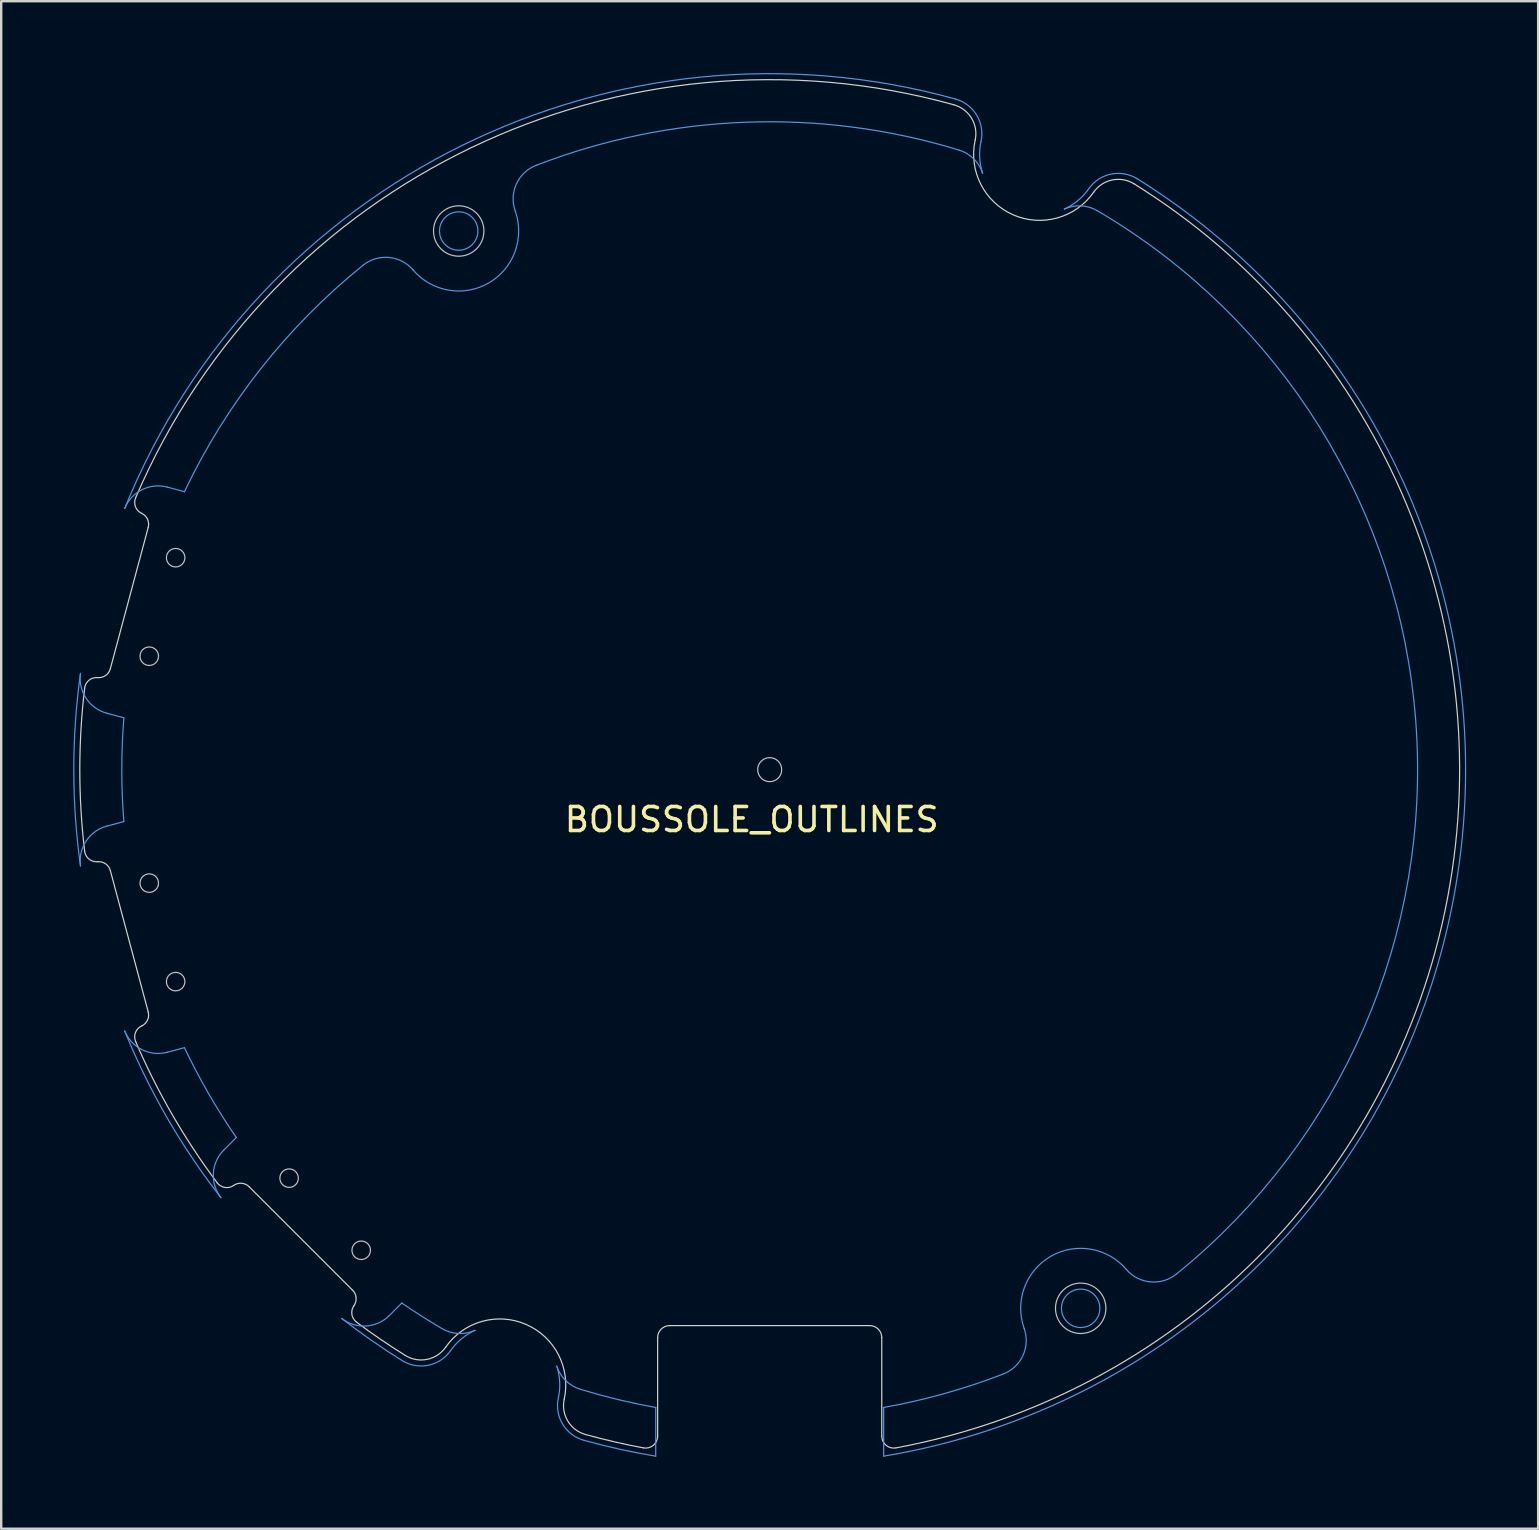
<source format=kicad_pcb>
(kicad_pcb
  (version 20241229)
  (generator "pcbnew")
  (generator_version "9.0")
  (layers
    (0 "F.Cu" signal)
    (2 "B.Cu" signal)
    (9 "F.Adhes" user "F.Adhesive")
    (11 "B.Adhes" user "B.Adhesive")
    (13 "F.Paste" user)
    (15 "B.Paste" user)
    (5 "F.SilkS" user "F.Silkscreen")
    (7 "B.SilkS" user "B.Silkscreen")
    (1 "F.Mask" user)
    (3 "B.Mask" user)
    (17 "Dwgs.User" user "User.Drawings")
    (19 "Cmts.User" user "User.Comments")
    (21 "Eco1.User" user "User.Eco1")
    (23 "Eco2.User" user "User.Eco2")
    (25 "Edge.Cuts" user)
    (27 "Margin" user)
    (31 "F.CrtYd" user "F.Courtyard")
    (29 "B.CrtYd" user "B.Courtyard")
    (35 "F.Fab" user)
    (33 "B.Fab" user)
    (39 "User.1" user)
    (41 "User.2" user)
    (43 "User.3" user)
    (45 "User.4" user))
  (footprint "BOUSSOLE_OUTLINES"
    (layer "F.Cu")
    (at 29.026 29.024)
    (property "Reference" "BOUSSOLE_OUTLINES" (at -0.75 2.08 0) (layer "F.SilkS") (effects (font (size 1 1) (thickness 0.15))))
    (attr through_hole)
    (fp_circle (center -25.856 -4.728) (end -25.471 -4.728) (stroke (width 0.05) (type solid)) (fill no) (layer "Dwgs.User"))
    (fp_circle (center -25.856 4.728) (end -25.471 4.728) (stroke (width 0.05) (type solid)) (fill no) (layer "Dwgs.User"))
    (fp_circle (center -24.756 -8.833) (end -24.371 -8.833) (stroke (width 0.05) (type solid)) (fill no) (layer "Dwgs.User"))
    (fp_circle (center -24.756 8.833) (end -24.371 8.833) (stroke (width 0.05) (type solid)) (fill no) (layer "Dwgs.User"))
    (fp_circle (center -20.028 17.023) (end -19.643 17.023) (stroke (width 0.05) (type solid)) (fill no) (layer "Dwgs.User"))
    (fp_circle (center -17.023 20.028) (end -16.638 20.028) (stroke (width 0.05) (type solid)) (fill no) (layer "Dwgs.User"))
    (fp_circle (center -12.96 -22.447) (end -11.91 -22.447) (stroke (width 0.05) (type solid)) (fill no) (layer "Dwgs.User"))
    (fp_circle (center 0 0) (end 0.5 0) (stroke (width 0.05) (type solid)) (fill no) (layer "Dwgs.User"))
    (fp_circle (center 12.96 22.447) (end 14.01 22.447) (stroke (width 0.05) (type solid)) (fill no) (layer "Dwgs.User"))
    (fp_line (start -27.625 -2.352) (end -26.914 -2.161) (stroke (width 0.05) (type solid)) (layer "Cmts.User"))
    (fp_line (start -26.914 2.163) (end -27.625 2.354) (stroke (width 0.05) (type solid)) (layer "Cmts.User"))
    (fp_line (start -25.1 11.776) (end -24.389 11.585) (stroke (width 0.05) (type solid)) (layer "Cmts.User"))
    (fp_line (start -24.389 -11.583) (end -25.1 -11.774) (stroke (width 0.05) (type solid)) (layer "Cmts.User"))
    (fp_line (start -22.227 15.33) (end -22.748 15.851) (stroke (width 0.05) (type solid)) (layer "Cmts.User"))
    (fp_line (start -15.85 22.748) (end -15.33 22.227) (stroke (width 0.05) (type solid)) (layer "Cmts.User"))
    (fp_line (start -4.75 26.58) (end -4.75 28.609) (stroke (width 0.05) (type solid)) (layer "Cmts.User"))
    (fp_line (start 4.749 28.609) (end 4.749 26.58) (stroke (width 0.05) (type solid)) (layer "Cmts.User"))
    (fp_arc (start -28.722222 4.010011) (mid -29.000667 0.000989) (end -28.722222 -4.008032) (stroke (width 0.05) (type solid)) (layer "Cmts.User"))
    (fp_arc (start -28.722222 4.010011) (mid -28.487064 2.974154) (end -27.624853 2.353758) (stroke (width 0.05) (type solid)) (layer "Cmts.User"))
    (fp_arc (start -27.624852 -2.35178) (mid -28.487063 -2.972175) (end -28.722222 -4.008032) (stroke (width 0.05) (type solid)) (layer "Cmts.User"))
    (fp_arc (start -26.913945 2.163272) (mid -27.000667 0.000989) (end -26.913945 -2.161293) (stroke (width 0.05) (type solid)) (layer "Cmts.User"))
    (fp_arc (start -26.878774 -10.887873) (mid -12.818318 -26.012619) (end 7.741714 -27.946381) (stroke (width 0.05) (type solid)) (layer "Cmts.User"))
    (fp_arc (start -26.878773 -10.887874) (mid -26.157192 -11.667372) (end -25.100298 -11.773545) (stroke (width 0.05) (type solid)) (layer "Cmts.User"))
    (fp_arc (start -25.100298 11.775524) (mid -26.157193 11.669351) (end -26.878774 10.889852) (stroke (width 0.05) (type solid)) (layer "Cmts.User"))
    (fp_arc (start -24.38939 -11.583059) (mid -21.199478 -16.720566) (end -16.94615 -21.019253) (stroke (width 0.05) (type solid)) (layer "Cmts.User"))
    (fp_arc (start -22.869753 17.83368) (mid -23.184028 16.819023) (end -22.747529 15.85064) (stroke (width 0.05) (type solid)) (layer "Cmts.User"))
    (fp_arc (start -22.869752 17.833681) (mid -25.115403 14.500989) (end -26.878774 10.889852) (stroke (width 0.05) (type solid)) (layer "Cmts.User"))
    (fp_arc (start -22.227108 15.330219) (mid -23.383353 13.500989) (end -24.38939 11.585036) (stroke (width 0.05) (type solid)) (layer "Cmts.User"))
    (fp_arc (start -16.946151 -21.019253) (mid -15.865138 -21.344952) (end -14.863209 -20.824559) (stroke (width 0.05) (type solid)) (layer "Cmts.User"))
    (fp_arc (start -15.850319 22.747851) (mid -16.818702 23.184349) (end -17.833359 22.870074) (stroke (width 0.05) (type solid)) (layer "Cmts.User"))
    (fp_arc (start -15.319953 24.624544) (mid -16.599852 23.78054) (end -17.833359 22.870074) (stroke (width 0.05) (type solid)) (layer "Cmts.User"))
    (fp_arc (start -13.657551 23.292393) (mid -14.503503 22.775267) (end -15.329897 22.22743) (stroke (width 0.05) (type solid)) (layer "Cmts.User"))
    (fp_arc (start -13.298082 24.210181) (mid -14.226425 24.82037) (end -15.319952 24.624544) (stroke (width 0.05) (type solid)) (layer "Cmts.User"))
    (fp_arc (start -13.298081 24.210182) (mid -12.846039 23.718961) (end -12.280118 23.364878) (stroke (width 0.05) (type solid)) (layer "Cmts.User"))
    (fp_arc (start -12.280119 23.364878) (mid -12.977661 23.496354) (end -13.657551 23.292393) (stroke (width 0.05) (type solid)) (layer "Cmts.User"))
    (fp_arc (start -10.60485 -23.283125) (mid -11.710666 -20.281326) (end -14.863209 -20.824559) (stroke (width 0.05) (type solid)) (layer "Cmts.User"))
    (fp_arc (start -10.60485 -23.283124) (mid -10.554558 -24.411016) (end -9.731988 -25.184351) (stroke (width 0.05) (type solid)) (layer "Cmts.User"))
    (fp_arc (start -9.731988 -25.184351) (mid -0.975728 -26.981398) (end 7.887403 -25.821062) (stroke (width 0.05) (type solid)) (layer "Cmts.User"))
    (fp_arc (start -8.874915 24.858663) (mid -8.752175 25.514845) (end -8.807459 26.180115) (stroke (width 0.05) (type solid)) (layer "Cmts.User"))
    (fp_arc (start -7.888738 25.82304) (mid -8.499251 25.46093) (end -8.874916 24.858662) (stroke (width 0.05) (type solid)) (layer "Cmts.User"))
    (fp_arc (start -7.743047 27.948359) (mid -8.627707 27.2764) (end -8.807459 26.180115) (stroke (width 0.05) (type solid)) (layer "Cmts.User"))
    (fp_arc (start -4.75 26.58) (mid -6.330694 26.248479) (end -7.888737 25.82304) (stroke (width 0.05) (type solid)) (layer "Cmts.User"))
    (fp_arc (start -4.75 28.609446) (mid -6.255264 28.318475) (end -7.743048 27.948359) (stroke (width 0.05) (type solid)) (layer "Cmts.User"))
    (fp_arc (start 7.741713 -27.946381) (mid 8.626373 -27.274422) (end 8.806125 -26.178137) (stroke (width 0.05) (type solid)) (layer "Cmts.User"))
    (fp_arc (start 7.887404 -25.821062) (mid 8.497917 -25.458952) (end 8.873582 -24.856684) (stroke (width 0.05) (type solid)) (layer "Cmts.User"))
    (fp_arc (start 8.873581 -24.856685) (mid 8.750841 -25.512867) (end 8.806125 -26.178137) (stroke (width 0.05) (type solid)) (layer "Cmts.User"))
    (fp_arc (start 9.730654 25.186329) (mid 7.273116 26.002759) (end 4.748666 26.58) (stroke (width 0.05) (type solid)) (layer "Cmts.User"))
    (fp_arc (start 10.603516 23.285102) (mid 10.553224 24.412994) (end 9.730654 25.186329) (stroke (width 0.05) (type solid)) (layer "Cmts.User"))
    (fp_arc (start 10.603516 23.285103) (mid 11.709332 20.283304) (end 14.861875 20.826537) (stroke (width 0.05) (type solid)) (layer "Cmts.User"))
    (fp_arc (start 12.278785 -23.3629) (mid 12.976327 -23.494376) (end 13.656217 -23.290415) (stroke (width 0.05) (type solid)) (layer "Cmts.User"))
    (fp_arc (start 13.296747 -24.208204) (mid 12.844705 -23.716983) (end 12.278784 -23.3629) (stroke (width 0.05) (type solid)) (layer "Cmts.User"))
    (fp_arc (start 13.296748 -24.208203) (mid 14.225091 -24.818392) (end 15.318618 -24.622566) (stroke (width 0.05) (type solid)) (layer "Cmts.User"))
    (fp_arc (start 13.656217 -23.290414) (mid 26.925281 -1.997326) (end 16.944816 21.021231) (stroke (width 0.05) (type solid)) (layer "Cmts.User"))
    (fp_arc (start 15.318619 -24.622566) (mid 28.444001 5.649072) (end 4.748666 28.609446) (stroke (width 0.05) (type solid)) (layer "Cmts.User"))
    (fp_arc (start 16.944817 21.021231) (mid 15.863804 21.34693) (end 14.861875 20.826537) (stroke (width 0.05) (type solid)) (layer "Cmts.User"))
    (fp_circle (center -12.961 -22.446) (end -12.961 -23.246) (stroke (width 0.05) (type solid)) (fill no) (layer "Cmts.User"))
    (fp_circle (center 12.959 22.448) (end 12.959 21.648) (stroke (width 0.05) (type solid)) (fill no) (layer "Cmts.User"))
    (fp_line (start -27.478 -4.205) (end -25.899 -10.097) (stroke (width 0.05) (type solid)) (layer "Edge.Cuts"))
    (fp_line (start -25.899 10.097) (end -27.478 4.205) (stroke (width 0.05) (type solid)) (layer "Edge.Cuts"))
    (fp_line (start -17.381 21.694) (end -21.694 17.381) (stroke (width 0.05) (type solid)) (layer "Edge.Cuts"))
    (fp_line (start -4.67 23.668) (end -4.67 27.773) (stroke (width 0.05) (type solid)) (layer "Edge.Cuts"))
    (fp_line (start 4.17 23.168) (end -4.17 23.168) (stroke (width 0.05) (type solid)) (layer "Edge.Cuts"))
    (fp_line (start 4.67 27.773) (end 4.67 23.668) (stroke (width 0.05) (type solid)) (layer "Edge.Cuts"))
    (fp_arc (start -28.548515 -3.397755) (mid -28.366623 -3.727282) (end -28.006448 -3.836583) (stroke (width 0.05) (type solid)) (layer "Edge.Cuts"))
    (fp_arc (start -28.548515 3.397756) (mid -28.749999 0) (end -28.548515 -3.397755) (stroke (width 0.05) (type solid)) (layer "Edge.Cuts"))
    (fp_arc (start -28.006448 3.836583) (mid -28.366623 3.727282) (end -28.548515 3.397755) (stroke (width 0.05) (type solid)) (layer "Edge.Cuts"))
    (fp_arc (start -28.006447 3.836582) (mid -27.674908 3.924352) (end -27.477913 4.205092) (stroke (width 0.05) (type solid)) (layer "Edge.Cuts"))
    (fp_arc (start -27.477914 -4.205091) (mid -27.674909 -3.924352) (end -28.006448 -3.836583) (stroke (width 0.05) (type solid)) (layer "Edge.Cuts"))
    (fp_arc (start -26.422618 -11.331715) (mid -12.445693 -25.916544) (end 7.675637 -27.706445) (stroke (width 0.05) (type solid)) (layer "Edge.Cuts"))
    (fp_arc (start -26.422618 11.331716) (mid -26.429859 10.95539) (end -26.172587 10.680645) (stroke (width 0.05) (type solid)) (layer "Edge.Cuts"))
    (fp_arc (start -26.172586 -10.680645) (mid -26.429858 -10.95539) (end -26.422617 -11.331715) (stroke (width 0.05) (type solid)) (layer "Edge.Cuts"))
    (fp_arc (start -26.172586 -10.680645) (mid -25.92935 -10.438864) (end -25.899117 -10.097239) (stroke (width 0.05) (type solid)) (layer "Edge.Cuts"))
    (fp_arc (start -25.899117 10.09724) (mid -25.92935 10.438865) (end -26.172587 10.680645) (stroke (width 0.05) (type solid)) (layer "Edge.Cuts"))
    (fp_arc (start -23.024862 17.2168) (mid -24.89823 14.375) (end -26.422617 11.331715) (stroke (width 0.05) (type solid)) (layer "Edge.Cuts"))
    (fp_arc (start -22.336003 17.325801) (mid -22.004997 17.236043) (end -21.694024 17.380673) (stroke (width 0.05) (type solid)) (layer "Edge.Cuts"))
    (fp_arc (start -22.336003 17.325802) (mid -22.702575 17.411233) (end -23.024862 17.2168) (stroke (width 0.05) (type solid)) (layer "Edge.Cuts"))
    (fp_arc (start -17.380672 21.694025) (mid -17.236042 22.004998) (end -17.325802 22.336004) (stroke (width 0.05) (type solid)) (layer "Edge.Cuts"))
    (fp_arc (start -17.216799 23.024862) (mid -17.411233 22.702575) (end -17.325802 22.336004) (stroke (width 0.05) (type solid)) (layer "Edge.Cuts"))
    (fp_arc (start -15.187223 24.411283) (mid -16.216834 23.739772) (end -17.2168 23.024862) (stroke (width 0.05) (type solid)) (layer "Edge.Cuts"))
    (fp_arc (start -13.502331 24.065981) (mid -14.27595 24.574471) (end -15.187223 24.411283) (stroke (width 0.05) (type solid)) (layer "Edge.Cuts"))
    (fp_arc (start -13.502329 24.065981) (mid -10.143517 23.122966) (end -8.562646 26.232908) (stroke (width 0.05) (type solid)) (layer "Edge.Cuts"))
    (fp_arc (start -7.675635 27.706445) (mid -8.412852 27.146479) (end -8.562646 26.232908) (stroke (width 0.05) (type solid)) (layer "Edge.Cuts"))
    (fp_arc (start -5.261504 28.264449) (mid -6.474585 28.011466) (end -7.675637 27.706445) (stroke (width 0.05) (type solid)) (layer "Edge.Cuts"))
    (fp_arc (start -4.670001 27.772893) (mid -4.850432 28.157439) (end -5.261504 28.264448) (stroke (width 0.05) (type solid)) (layer "Edge.Cuts"))
    (fp_arc (start -4.67 23.668179) (mid -4.523553 23.314626) (end -4.17 23.168179) (stroke (width 0.05) (type solid)) (layer "Edge.Cuts"))
    (fp_arc (start 4.17 23.16818) (mid 4.523553 23.314626) (end 4.669999 23.668179) (stroke (width 0.05) (type solid)) (layer "Edge.Cuts"))
    (fp_arc (start 5.261504 28.264449) (mid 4.850431 28.15744) (end 4.67 27.772893) (stroke (width 0.05) (type solid)) (layer "Edge.Cuts"))
    (fp_arc (start 7.675635 -27.706445) (mid 8.412852 -27.146479) (end 8.562646 -26.232908) (stroke (width 0.05) (type solid)) (layer "Edge.Cuts"))
    (fp_arc (start 13.502329 -24.065981) (mid 10.143517 -23.122966) (end 8.562646 -26.232908) (stroke (width 0.05) (type solid)) (layer "Edge.Cuts"))
    (fp_arc (start 13.502331 -24.065981) (mid 14.27595 -24.574471) (end 15.187223 -24.411283) (stroke (width 0.05) (type solid)) (layer "Edge.Cuts"))
    (fp_arc (start 15.187223 -24.411282) (mid 28.2528 5.323692) (end 5.261504 28.264448) (stroke (width 0.05) (type solid)) (layer "Edge.Cuts")))
  (gr_rect
    (start -3 -3)
    (end 61.05 60.658)
    (stroke (width 0.1) (type default))
    (fill no)
    (layer "Edge.Cuts")))
</source>
